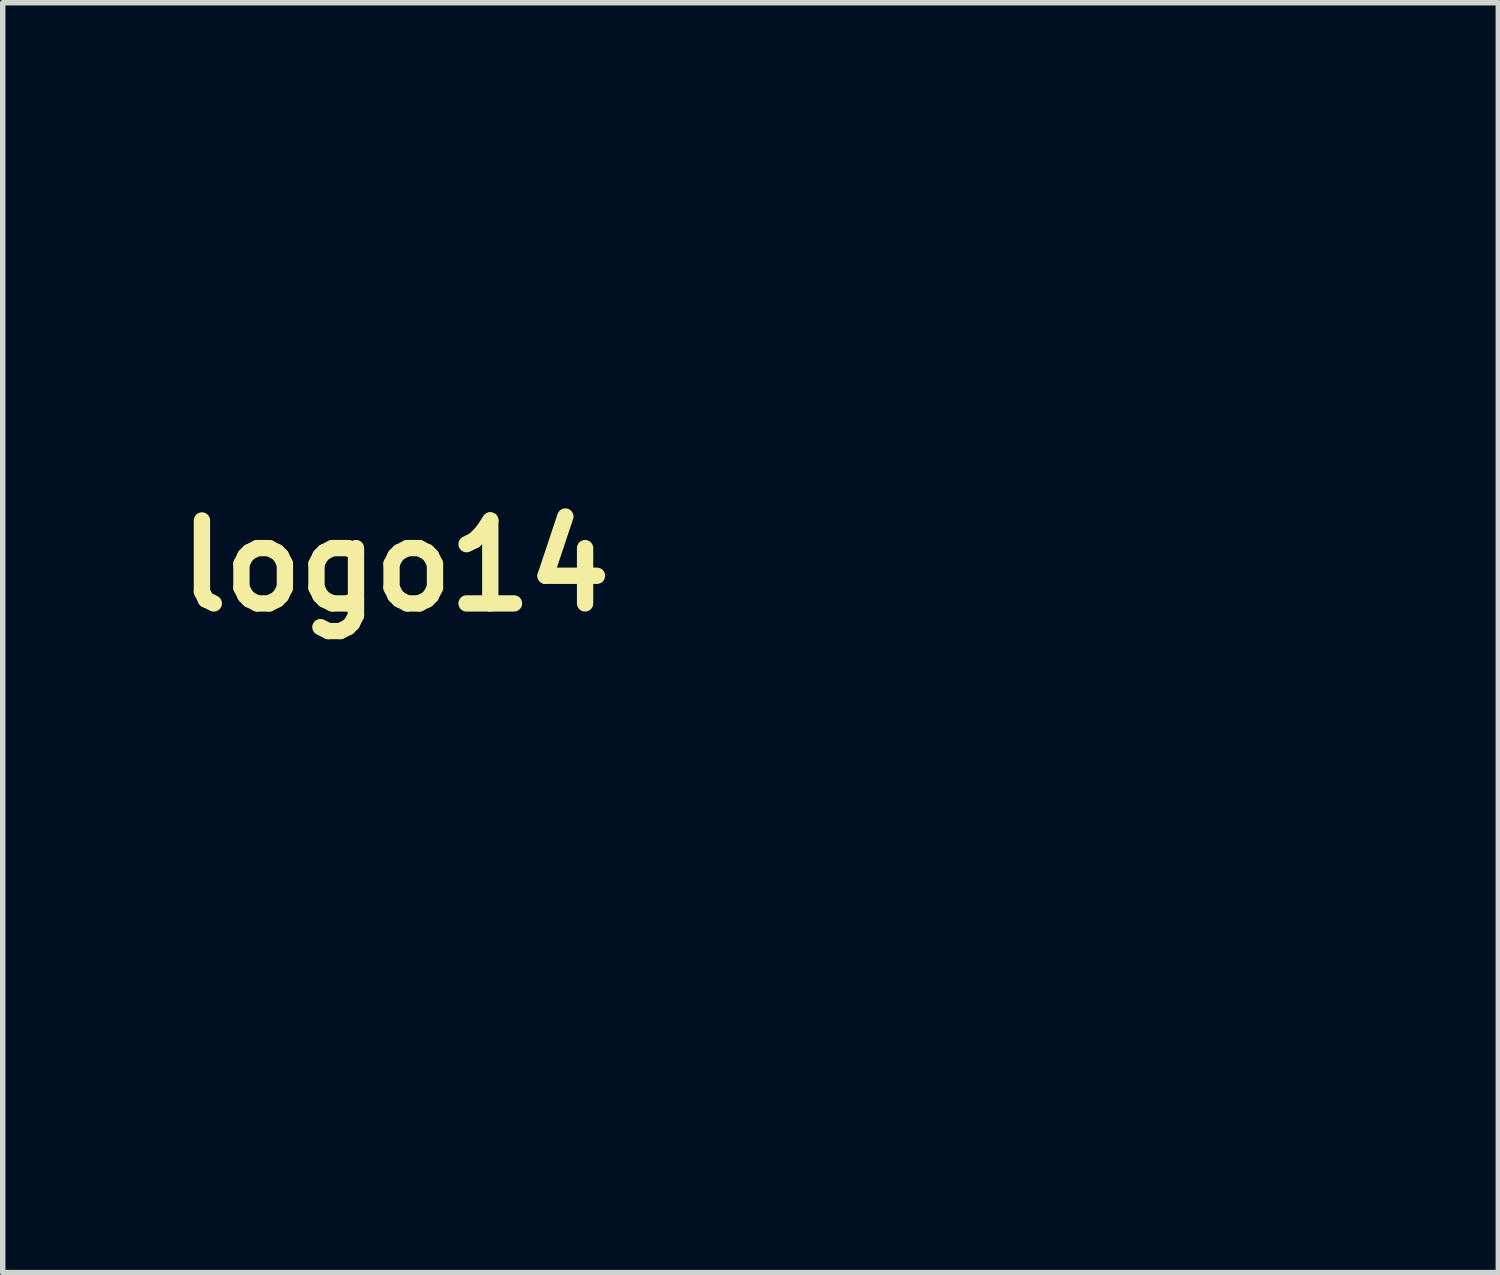
<source format=kicad_pcb>
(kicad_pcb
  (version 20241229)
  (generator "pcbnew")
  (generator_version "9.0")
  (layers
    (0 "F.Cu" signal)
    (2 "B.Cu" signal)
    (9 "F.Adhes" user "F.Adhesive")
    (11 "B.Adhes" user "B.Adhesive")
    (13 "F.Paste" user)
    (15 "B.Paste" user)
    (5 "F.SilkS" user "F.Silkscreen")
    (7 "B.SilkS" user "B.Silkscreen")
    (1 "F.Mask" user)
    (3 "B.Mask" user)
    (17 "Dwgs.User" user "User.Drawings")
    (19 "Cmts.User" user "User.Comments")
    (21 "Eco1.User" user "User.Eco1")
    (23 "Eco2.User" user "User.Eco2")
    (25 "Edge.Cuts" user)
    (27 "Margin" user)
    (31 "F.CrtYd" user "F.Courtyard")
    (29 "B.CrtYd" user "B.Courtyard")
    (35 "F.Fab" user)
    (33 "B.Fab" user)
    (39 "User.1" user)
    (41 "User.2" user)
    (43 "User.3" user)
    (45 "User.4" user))
  (footprint "logo14"
    (layer "F.Cu")
    (at 4.216 7.347)
    (property "Reference" "logo14" (at 0 0 0) (layer "F.SilkS") (effects (font (size 1.524 1.524) (thickness 0.3))))
    (attr board_only exclude_from_pos_files exclude_from_bom)
    (fp_poly (pts (xy 3.604 -5.523) (xy 3.613 -5.511) (xy 3.647 -5.435) (xy 3.625 -5.402) (xy 3.613 -5.401) (xy 3.585 -5.432) (xy 3.577 -5.483) (xy 3.583 -5.537)) (stroke (width 0) (type solid)) (fill yes) (layer "F.Mask"))
    (fp_poly (pts (xy 12.255 -1.615) (xy 12.298 -1.595) (xy 12.445 -1.498) (xy 12.539 -1.372) (xy 12.587 -1.204) (xy 12.597 -1.047) (xy 12.578 -0.827) (xy 12.518 -0.666) (xy 12.417 -0.565) (xy 12.402 -0.557) (xy 12.186 -0.461) (xy 12.012 -0.414) (xy 11.869 -0.414) (xy 11.768 -0.448) (xy 11.708 -0.498) (xy 11.629 -0.588) (xy 11.569 -0.672) (xy 11.495 -0.794) (xy 11.459 -0.897) (xy 11.449 -1.015) (xy 11.45 -1.051) (xy 11.451 -1.063) (xy 11.648 -1.063) (xy 11.652 -0.934) (xy 11.721 -0.819) (xy 11.774 -0.767) (xy 11.876 -0.694) (xy 11.972 -0.671) (xy 12.084 -0.698) (xy 12.207 -0.762) (xy 12.327 -0.861) (xy 12.382 -0.979) (xy 12.37 -1.107) (xy 12.365 -1.119) (xy 12.273 -1.291) (xy 12.172 -1.396) (xy 12.077 -1.437) (xy 11.935 -1.43) (xy 11.809 -1.357) (xy 11.709 -1.224) (xy 11.706 -1.218) (xy 11.648 -1.063) (xy 11.451 -1.063) (xy 11.481 -1.27) (xy 11.567 -1.442) (xy 11.708 -1.568) (xy 11.754 -1.594) (xy 11.926 -1.66) (xy 12.085 -1.668)) (stroke (width 0) (type solid)) (fill yes) (layer "F.Mask"))
    (fp_poly (pts (xy 7.044 7.498) (xy 7.147 7.541) (xy 7.225 7.578) (xy 7.405 7.664) (xy 7.531 7.726) (xy 7.616 7.772) (xy 7.673 7.809) (xy 7.714 7.843) (xy 7.744 7.872) (xy 7.785 7.922) (xy 7.802 7.972) (xy 7.798 8.046) (xy 7.775 8.167) (xy 7.772 8.179) (xy 7.735 8.313) (xy 7.686 8.43) (xy 7.649 8.489) (xy 7.545 8.559) (xy 7.401 8.595) (xy 7.246 8.593) (xy 7.175 8.576) (xy 7.068 8.525) (xy 6.988 8.466) (xy 6.914 8.361) (xy 6.858 8.212) (xy 6.821 8.039) (xy 6.807 7.869) (xy 7.01 7.869) (xy 7.033 8.034) (xy 7.047 8.1) (xy 7.084 8.229) (xy 7.138 8.306) (xy 7.183 8.338) (xy 7.298 8.385) (xy 7.392 8.377) (xy 7.475 8.327) (xy 7.532 8.264) (xy 7.55 8.18) (xy 7.548 8.12) (xy 7.536 8.041) (xy 7.508 7.985) (xy 7.447 7.934) (xy 7.338 7.87) (xy 7.317 7.858) (xy 7.2 7.798) (xy 7.105 7.754) (xy 7.053 7.738) (xy 7.017 7.77) (xy 7.01 7.869) (xy 6.807 7.869) (xy 6.807 7.864) (xy 6.817 7.707) (xy 6.855 7.588) (xy 6.876 7.557) (xy 6.927 7.508) (xy 6.977 7.488)) (stroke (width 0) (type solid)) (fill yes) (layer "F.Mask"))
    (fp_poly (pts (xy 8.757 6.663) (xy 8.906 6.724) (xy 9.044 6.822) (xy 9.056 6.834) (xy 9.125 6.883) (xy 9.169 6.897) (xy 9.231 6.915) (xy 9.331 6.96) (xy 9.448 7.021) (xy 9.558 7.085) (xy 9.639 7.141) (xy 9.647 7.148) (xy 9.696 7.236) (xy 9.705 7.362) (xy 9.678 7.507) (xy 9.622 7.654) (xy 9.541 7.784) (xy 9.441 7.878) (xy 9.435 7.882) (xy 9.298 7.937) (xy 9.136 7.958) (xy 8.977 7.946) (xy 8.848 7.901) (xy 8.823 7.884) (xy 8.717 7.761) (xy 8.626 7.574) (xy 8.554 7.334) (xy 8.506 7.066) (xy 8.503 7.042) (xy 8.772 7.042) (xy 8.775 7.146) (xy 8.801 7.286) (xy 8.847 7.446) (xy 8.859 7.481) (xy 8.929 7.644) (xy 9.006 7.739) (xy 9.097 7.771) (xy 9.212 7.745) (xy 9.269 7.719) (xy 9.387 7.632) (xy 9.462 7.526) (xy 9.488 7.416) (xy 9.461 7.318) (xy 9.406 7.264) (xy 9.289 7.196) (xy 9.155 7.127) (xy 9.021 7.064) (xy 8.903 7.017) (xy 8.821 6.991) (xy 8.792 6.991) (xy 8.772 7.042) (xy 8.503 7.042) (xy 8.486 6.896) (xy 8.478 6.784) (xy 8.483 6.717) (xy 8.499 6.682) (xy 8.509 6.674) (xy 8.618 6.644)) (stroke (width 0) (type solid)) (fill yes) (layer "F.Mask"))
    (fp_poly (pts (xy 12.141 3.226) (xy 12.313 3.271) (xy 12.45 3.355) (xy 12.493 3.403) (xy 12.539 3.507) (xy 12.562 3.651) (xy 12.564 3.817) (xy 12.548 3.986) (xy 12.514 4.141) (xy 12.465 4.264) (xy 12.404 4.337) (xy 12.39 4.344) (xy 12.075 4.443) (xy 11.753 4.504) (xy 11.655 4.515) (xy 11.518 4.524) (xy 11.435 4.521) (xy 11.385 4.503) (xy 11.349 4.465) (xy 11.334 4.443) (xy 11.304 4.39) (xy 11.292 4.336) (xy 11.297 4.26) (xy 11.321 4.142) (xy 11.335 4.082) (xy 11.335 4.078) (xy 11.569 4.078) (xy 11.571 4.179) (xy 11.586 4.24) (xy 11.628 4.265) (xy 11.71 4.26) (xy 11.844 4.232) (xy 11.908 4.217) (xy 12.082 4.167) (xy 12.196 4.11) (xy 12.262 4.031) (xy 12.292 3.916) (xy 12.298 3.78) (xy 12.288 3.616) (xy 12.249 3.511) (xy 12.171 3.453) (xy 12.044 3.432) (xy 11.991 3.43) (xy 11.864 3.438) (xy 11.783 3.467) (xy 11.732 3.513) (xy 11.649 3.652) (xy 11.593 3.84) (xy 11.569 4.056) (xy 11.569 4.078) (xy 11.335 4.078) (xy 11.389 3.85) (xy 11.433 3.677) (xy 11.472 3.553) (xy 11.51 3.466) (xy 11.551 3.404) (xy 11.599 3.356) (xy 11.623 3.337) (xy 11.776 3.257) (xy 11.956 3.221)) (stroke (width 0) (type solid)) (fill yes) (layer "F.Mask"))
    (fp_poly (pts (xy 12.302 0.577) (xy 12.456 0.679) (xy 12.585 0.817) (xy 12.676 0.98) (xy 12.698 1.052) (xy 12.721 1.249) (xy 12.699 1.434) (xy 12.637 1.589) (xy 12.566 1.673) (xy 12.471 1.752) (xy 12.384 1.825) (xy 12.382 1.827) (xy 12.278 1.9) (xy 12.153 1.969) (xy 12.034 2.021) (xy 11.944 2.044) (xy 11.94 2.044) (xy 11.862 2.022) (xy 11.833 1.998) (xy 11.794 1.929) (xy 11.769 1.861) (xy 11.737 1.775) (xy 11.685 1.659) (xy 11.655 1.598) (xy 11.605 1.477) (xy 11.578 1.35) (xy 11.569 1.187) (xy 11.569 1.15) (xy 11.57 1.017) (xy 11.754 1.017) (xy 11.764 1.153) (xy 11.811 1.337) (xy 11.828 1.39) (xy 11.885 1.557) (xy 11.93 1.666) (xy 11.968 1.726) (xy 12.005 1.75) (xy 12.022 1.752) (xy 12.074 1.731) (xy 12.165 1.677) (xy 12.277 1.6) (xy 12.295 1.588) (xy 12.408 1.501) (xy 12.475 1.439) (xy 12.507 1.382) (xy 12.517 1.313) (xy 12.517 1.268) (xy 12.485 1.086) (xy 12.387 0.939) (xy 12.249 0.838) (xy 12.096 0.777) (xy 11.968 0.778) (xy 11.848 0.842) (xy 11.847 0.842) (xy 11.782 0.917) (xy 11.754 1.017) (xy 11.57 1.017) (xy 11.57 1.009) (xy 11.58 0.916) (xy 11.608 0.848) (xy 11.662 0.78) (xy 11.725 0.714) (xy 11.827 0.622) (xy 11.926 0.553) (xy 11.984 0.527) (xy 12.14 0.523)) (stroke (width 0) (type solid)) (fill yes) (layer "F.Mask"))
    (fp_poly (pts (xy 11.91 -4.347) (xy 11.989 -4.255) (xy 12.073 -4.116) (xy 12.131 -3.996) (xy 12.193 -3.863) (xy 12.274 -3.694) (xy 12.362 -3.518) (xy 12.396 -3.452) (xy 12.468 -3.302) (xy 12.524 -3.165) (xy 12.557 -3.061) (xy 12.562 -3.023) (xy 12.53 -2.923) (xy 12.437 -2.815) (xy 12.28 -2.695) (xy 12.158 -2.619) (xy 11.96 -2.539) (xy 11.751 -2.52) (xy 11.553 -2.563) (xy 11.496 -2.589) (xy 11.387 -2.659) (xy 11.293 -2.737) (xy 11.286 -2.745) (xy 11.222 -2.861) (xy 11.2 -2.99) (xy 11.386 -2.99) (xy 11.419 -2.892) (xy 11.505 -2.815) (xy 11.629 -2.765) (xy 11.774 -2.745) (xy 11.924 -2.76) (xy 12.061 -2.812) (xy 12.086 -2.828) (xy 12.191 -2.918) (xy 12.241 -3.02) (xy 12.238 -3.144) (xy 12.185 -3.307) (xy 12.159 -3.363) (xy 12.096 -3.507) (xy 12.04 -3.648) (xy 12.007 -3.741) (xy 11.952 -3.907) (xy 11.908 -4.008) (xy 11.868 -4.047) (xy 11.824 -4.03) (xy 11.77 -3.961) (xy 11.74 -3.914) (xy 11.683 -3.809) (xy 11.617 -3.664) (xy 11.549 -3.498) (xy 11.484 -3.329) (xy 11.431 -3.175) (xy 11.396 -3.054) (xy 11.386 -2.99) (xy 11.2 -2.99) (xy 11.195 -3.019) (xy 11.207 -3.196) (xy 11.256 -3.362) (xy 11.31 -3.492) (xy 11.364 -3.619) (xy 11.377 -3.649) (xy 11.479 -3.877) (xy 11.582 -4.072) (xy 11.679 -4.227) (xy 11.765 -4.331) (xy 11.834 -4.377) (xy 11.845 -4.379)) (stroke (width 0) (type solid)) (fill yes) (layer "F.Mask"))
    (fp_poly (pts (xy 11.123 5.264) (xy 11.19 5.287) (xy 11.246 5.324) (xy 11.339 5.439) (xy 11.408 5.602) (xy 11.448 5.794) (xy 11.457 5.993) (xy 11.429 6.179) (xy 11.404 6.254) (xy 11.357 6.339) (xy 11.309 6.384) (xy 11.299 6.386) (xy 11.244 6.414) (xy 11.189 6.478) (xy 11.101 6.55) (xy 10.974 6.562) (xy 10.809 6.514) (xy 10.729 6.476) (xy 10.625 6.426) (xy 10.543 6.394) (xy 10.517 6.389) (xy 10.431 6.356) (xy 10.327 6.275) (xy 10.221 6.164) (xy 10.127 6.04) (xy 10.06 5.921) (xy 10.049 5.876) (xy 10.304 5.876) (xy 10.322 5.926) (xy 10.326 5.933) (xy 10.381 5.987) (xy 10.48 6.061) (xy 10.604 6.141) (xy 10.734 6.218) (xy 10.851 6.278) (xy 10.936 6.311) (xy 10.955 6.314) (xy 11.017 6.288) (xy 11.098 6.225) (xy 11.129 6.195) (xy 11.218 6.052) (xy 11.239 5.884) (xy 11.193 5.689) (xy 11.168 5.629) (xy 11.079 5.494) (xy 10.969 5.428) (xy 10.842 5.431) (xy 10.704 5.503) (xy 10.622 5.575) (xy 10.524 5.667) (xy 10.414 5.758) (xy 10.402 5.767) (xy 10.327 5.83) (xy 10.304 5.876) (xy 10.049 5.876) (xy 10.036 5.827) (xy 10.062 5.771) (xy 10.129 5.686) (xy 10.222 5.588) (xy 10.324 5.494) (xy 10.418 5.419) (xy 10.489 5.379) (xy 10.49 5.378) (xy 10.561 5.343) (xy 10.589 5.318) (xy 10.634 5.298) (xy 10.733 5.279) (xy 10.864 5.265) (xy 10.881 5.264) (xy 11.027 5.258)) (stroke (width 0) (type solid)) (fill yes) (layer "F.Mask"))
    (fp_poly (pts (xy 4.748 -7.339) (xy 4.95 -7.314) (xy 5.157 -7.265) (xy 5.393 -7.187) (xy 5.492 -7.151) (xy 5.761 -7.026) (xy 6.013 -6.865) (xy 6.234 -6.678) (xy 6.412 -6.476) (xy 6.532 -6.273) (xy 6.538 -6.259) (xy 6.623 -6.045) (xy 6.682 -5.882) (xy 6.717 -5.755) (xy 6.73 -5.646) (xy 6.726 -5.541) (xy 6.705 -5.424) (xy 6.692 -5.364) (xy 6.659 -5.218) (xy 6.628 -5.081) (xy 6.61 -5) (xy 6.577 -4.894) (xy 6.524 -4.761) (xy 6.484 -4.677) (xy 6.422 -4.531) (xy 6.405 -4.424) (xy 6.411 -4.386) (xy 6.462 -4.256) (xy 6.549 -4.106) (xy 6.653 -3.964) (xy 6.754 -3.859) (xy 6.829 -3.784) (xy 6.856 -3.707) (xy 6.854 -3.626) (xy 6.84 -3.532) (xy 6.806 -3.49) (xy 6.751 -3.479) (xy 6.67 -3.488) (xy 6.55 -3.519) (xy 6.432 -3.559) (xy 6.296 -3.615) (xy 6.173 -3.674) (xy 6.103 -3.716) (xy 6.01 -3.772) (xy 5.93 -3.809) (xy 5.854 -3.847) (xy 5.764 -3.913) (xy 5.751 -3.923) (xy 5.668 -3.986) (xy 5.596 -4.01) (xy 5.507 -3.997) (xy 5.411 -3.965) (xy 5.227 -3.901) (xy 5.088 -3.861) (xy 4.972 -3.84) (xy 4.856 -3.832) (xy 4.815 -3.832) (xy 4.654 -3.836) (xy 4.459 -3.849) (xy 4.248 -3.867) (xy 4.041 -3.89) (xy 3.858 -3.914) (xy 3.718 -3.938) (xy 3.668 -3.95) (xy 3.431 -4.051) (xy 3.198 -4.211) (xy 2.984 -4.417) (xy 2.804 -4.655) (xy 2.72 -4.802) (xy 2.669 -4.915) (xy 2.635 -5.019) (xy 2.615 -5.138) (xy 2.602 -5.296) (xy 2.598 -5.395) (xy 2.598 -5.412) (xy 2.74 -5.412) (xy 2.753 -5.202) (xy 2.789 -5.029) (xy 2.855 -4.877) (xy 2.956 -4.728) (xy 3.099 -4.565) (xy 3.175 -4.486) (xy 3.308 -4.352) (xy 3.406 -4.261) (xy 3.486 -4.2) (xy 3.563 -4.161) (xy 3.654 -4.132) (xy 3.75 -4.108) (xy 3.942 -4.075) (xy 4.19 -4.052) (xy 4.501 -4.041) (xy 4.589 -4.039) (xy 4.811 -4.038) (xy 4.974 -4.039) (xy 5.094 -4.046) (xy 5.187 -4.059) (xy 5.266 -4.08) (xy 5.348 -4.11) (xy 5.372 -4.121) (xy 5.58 -4.209) (xy 5.989 -4.002) (xy 6.151 -3.923) (xy 6.295 -3.858) (xy 6.405 -3.813) (xy 6.467 -3.795) (xy 6.469 -3.795) (xy 6.506 -3.801) (xy 6.512 -3.826) (xy 6.485 -3.887) (xy 6.437 -3.969) (xy 6.377 -4.076) (xy 6.311 -4.2) (xy 6.248 -4.322) (xy 6.198 -4.425) (xy 6.17 -4.49) (xy 6.168 -4.501) (xy 6.19 -4.533) (xy 6.247 -4.597) (xy 6.272 -4.624) (xy 6.347 -4.732) (xy 6.422 -4.892) (xy 6.488 -5.081) (xy 6.537 -5.278) (xy 6.558 -5.401) (xy 6.555 -5.654) (xy 6.495 -5.918) (xy 6.386 -6.174) (xy 6.236 -6.398) (xy 6.14 -6.501) (xy 5.959 -6.663) (xy 5.804 -6.792) (xy 5.681 -6.883) (xy 5.598 -6.929) (xy 5.577 -6.934) (xy 5.512 -6.949) (xy 5.498 -6.959) (xy 5.424 -7.003) (xy 5.295 -7.05) (xy 5.129 -7.096) (xy 4.943 -7.137) (xy 4.757 -7.168) (xy 4.586 -7.187) (xy 4.507 -7.189) (xy 4.274 -7.172) (xy 4.027 -7.123) (xy 3.784 -7.05) (xy 3.563 -6.958) (xy 3.383 -6.854) (xy 3.285 -6.771) (xy 3.188 -6.682) (xy 3.079 -6.602) (xy 3.077 -6.601) (xy 2.976 -6.507) (xy 2.879 -6.36) (xy 2.859 -6.321) (xy 2.814 -6.221) (xy 2.784 -6.126) (xy 2.764 -6.018) (xy 2.752 -5.876) (xy 2.744 -5.681) (xy 2.744 -5.677) (xy 2.74 -5.412) (xy 2.598 -5.412) (xy 2.602 -5.715) (xy 2.64 -6.014) (xy 2.709 -6.273) (xy 2.765 -6.405) (xy 2.923 -6.64) (xy 3.147 -6.854) (xy 3.431 -7.043) (xy 3.769 -7.202) (xy 3.887 -7.246) (xy 4.055 -7.299) (xy 4.203 -7.331) (xy 4.363 -7.345) (xy 4.525 -7.347)) (stroke (width 0) (type solid)) (fill yes) (layer "F.Mask"))
    (fp_poly (pts (xy 5.281 -6.281) (xy 5.427 -6.184) (xy 5.536 -6.034) (xy 5.601 -5.848) (xy 5.617 -5.64) (xy 5.604 -5.529) (xy 5.562 -5.431) (xy 5.474 -5.306) (xy 5.354 -5.168) (xy 5.216 -5.031) (xy 5.075 -4.91) (xy 4.944 -4.819) (xy 4.889 -4.79) (xy 4.717 -4.72) (xy 4.601 -4.689) (xy 4.539 -4.697) (xy 4.525 -4.729) (xy 4.505 -4.771) (xy 4.465 -4.765) (xy 4.389 -4.764) (xy 4.283 -4.793) (xy 4.176 -4.841) (xy 4.174 -4.843) (xy 4.349 -4.843) (xy 4.358 -4.823) (xy 4.394 -4.784) (xy 4.415 -4.792) (xy 4.416 -4.797) (xy 4.39 -4.828) (xy 4.374 -4.839) (xy 4.349 -4.843) (xy 4.174 -4.843) (xy 4.095 -4.897) (xy 4.067 -4.934) (xy 4.045 -4.963) (xy 4.087 -4.963) (xy 4.101 -4.933) (xy 4.112 -4.939) (xy 4.116 -4.982) (xy 4.112 -4.988) (xy 4.09 -4.983) (xy 4.087 -4.963) (xy 4.045 -4.963) (xy 4.018 -5) (xy 3.985 -5.019) (xy 3.902 -5.076) (xy 3.888 -5.091) (xy 4.635 -5.091) (xy 4.653 -5.073) (xy 4.661 -5.08) (xy 4.715 -5.08) (xy 4.726 -5.074) (xy 4.786 -5.092) (xy 4.817 -5.109) (xy 4.846 -5.138) (xy 4.835 -5.145) (xy 4.776 -5.126) (xy 4.744 -5.109) (xy 4.715 -5.08) (xy 4.661 -5.08) (xy 4.671 -5.091) (xy 4.653 -5.109) (xy 4.635 -5.091) (xy 3.888 -5.091) (xy 3.849 -5.134) (xy 4.501 -5.134) (xy 4.506 -5.112) (xy 4.525 -5.109) (xy 4.555 -5.123) (xy 4.55 -5.134) (xy 4.506 -5.138) (xy 4.501 -5.134) (xy 3.849 -5.134) (xy 3.81 -5.175) (xy 3.792 -5.2) (xy 4.635 -5.2) (xy 4.653 -5.182) (xy 4.671 -5.2) (xy 4.963 -5.2) (xy 4.981 -5.182) (xy 5 -5.2) (xy 4.981 -5.219) (xy 4.963 -5.2) (xy 4.671 -5.2) (xy 4.653 -5.219) (xy 4.635 -5.2) (xy 3.792 -5.2) (xy 3.767 -5.237) (xy 4.343 -5.237) (xy 4.361 -5.219) (xy 4.379 -5.237) (xy 4.373 -5.243) (xy 4.501 -5.243) (xy 4.506 -5.221) (xy 4.525 -5.219) (xy 4.555 -5.232) (xy 4.553 -5.237) (xy 4.854 -5.237) (xy 4.872 -5.219) (xy 4.89 -5.237) (xy 4.872 -5.255) (xy 4.854 -5.237) (xy 4.553 -5.237) (xy 4.55 -5.243) (xy 4.506 -5.247) (xy 4.501 -5.243) (xy 4.373 -5.243) (xy 4.361 -5.255) (xy 4.343 -5.237) (xy 3.767 -5.237) (xy 3.729 -5.292) (xy 3.72 -5.309) (xy 3.768 -5.309) (xy 3.776 -5.294) (xy 3.81 -5.256) (xy 3.815 -5.273) (xy 4.963 -5.273) (xy 4.981 -5.255) (xy 5 -5.273) (xy 4.981 -5.292) (xy 4.963 -5.273) (xy 3.815 -5.273) (xy 3.817 -5.283) (xy 3.808 -5.311) (xy 3.781 -5.351) (xy 3.769 -5.35) (xy 3.768 -5.309) (xy 3.72 -5.309) (xy 3.685 -5.383) (xy 4.16 -5.383) (xy 4.179 -5.365) (xy 4.197 -5.383) (xy 4.179 -5.401) (xy 4.16 -5.383) (xy 3.685 -5.383) (xy 3.676 -5.401) (xy 3.667 -5.44) (xy 3.646 -5.534) (xy 3.618 -5.597) (xy 3.603 -5.657) (xy 3.605 -5.761) (xy 3.612 -5.817) (xy 3.618 -5.841) (xy 3.915 -5.841) (xy 3.919 -5.769) (xy 3.942 -5.683) (xy 3.975 -5.583) (xy 4 -5.513) (xy 4.005 -5.501) (xy 4.036 -5.483) (xy 4.068 -5.518) (xy 4.071 -5.529) (xy 4.27 -5.529) (xy 4.288 -5.511) (xy 4.306 -5.529) (xy 5.036 -5.529) (xy 5.054 -5.511) (xy 5.073 -5.529) (xy 5.292 -5.529) (xy 5.31 -5.511) (xy 5.328 -5.529) (xy 5.31 -5.547) (xy 5.292 -5.529) (xy 5.073 -5.529) (xy 5.054 -5.547) (xy 5.036 -5.529) (xy 4.306 -5.529) (xy 4.288 -5.547) (xy 4.27 -5.529) (xy 4.071 -5.529) (xy 4.079 -5.56) (xy 4.502 -5.56) (xy 4.54 -5.547) (xy 4.557 -5.547) (xy 4.619 -5.561) (xy 4.623 -5.565) (xy 4.781 -5.565) (xy 4.799 -5.547) (xy 4.817 -5.565) (xy 4.799 -5.584) (xy 4.781 -5.565) (xy 4.623 -5.565) (xy 4.635 -5.581) (xy 4.611 -5.631) (xy 4.559 -5.629) (xy 4.525 -5.601) (xy 4.502 -5.56) (xy 4.079 -5.56) (xy 4.087 -5.587) (xy 4.087 -5.605) (xy 4.093 -5.634) (xy 5.195 -5.634) (xy 5.2 -5.62) (xy 5.233 -5.585) (xy 5.239 -5.584) (xy 5.255 -5.612) (xy 5.255 -5.62) (xy 5.227 -5.655) (xy 5.217 -5.657) (xy 5.195 -5.634) (xy 4.093 -5.634) (xy 4.108 -5.704) (xy 4.12 -5.73) (xy 5.3 -5.73) (xy 5.304 -5.663) (xy 5.313 -5.655) (xy 5.317 -5.666) (xy 5.322 -5.758) (xy 5.317 -5.793) (xy 5.306 -5.805) (xy 5.3 -5.754) (xy 5.3 -5.73) (xy 4.12 -5.73) (xy 4.146 -5.786) (xy 4.184 -5.849) (xy 4.179 -5.872) (xy 4.146 -5.876) (xy 4.095 -5.894) (xy 4.092 -5.902) (xy 4.385 -5.902) (xy 4.394 -5.881) (xy 4.431 -5.842) (xy 4.452 -5.85) (xy 4.452 -5.855) (xy 4.426 -5.886) (xy 4.41 -5.897) (xy 4.385 -5.902) (xy 4.092 -5.902) (xy 4.088 -5.911) (xy 4.927 -5.911) (xy 4.954 -5.893) (xy 4.981 -5.899) (xy 4.982 -5.9) (xy 5.158 -5.9) (xy 5.163 -5.878) (xy 5.182 -5.876) (xy 5.212 -5.889) (xy 5.207 -5.9) (xy 5.163 -5.904) (xy 5.158 -5.9) (xy 4.982 -5.9) (xy 5.015 -5.93) (xy 5.255 -5.93) (xy 5.273 -5.912) (xy 5.292 -5.93) (xy 5.273 -5.949) (xy 5.255 -5.93) (xy 5.015 -5.93) (xy 5.018 -5.933) (xy 5.015 -5.953) (xy 4.975 -5.969) (xy 4.935 -5.941) (xy 4.927 -5.911) (xy 4.088 -5.911) (xy 4.087 -5.912) (xy 4.074 -5.93) (xy 4.197 -5.93) (xy 4.215 -5.912) (xy 4.233 -5.93) (xy 4.215 -5.949) (xy 4.197 -5.93) (xy 4.074 -5.93) (xy 4.062 -5.945) (xy 4.006 -5.94) (xy 3.946 -5.899) (xy 3.94 -5.893) (xy 3.915 -5.841) (xy 3.618 -5.841) (xy 3.645 -5.95) (xy 3.683 -6.009) (xy 5.121 -6.009) (xy 5.126 -5.988) (xy 5.146 -5.985) (xy 5.176 -5.998) (xy 5.17 -6.009) (xy 5.127 -6.014) (xy 5.121 -6.009) (xy 3.683 -6.009) (xy 3.708 -6.049) (xy 3.776 -6.114) (xy 3.931 -6.211) (xy 4.103 -6.259) (xy 4.272 -6.256) (xy 4.421 -6.203) (xy 4.493 -6.145) (xy 4.59 -6.072) (xy 4.684 -6.07) (xy 4.786 -6.14) (xy 4.793 -6.146) (xy 4.919 -6.237) (xy 5.068 -6.29) (xy 5.213 -6.298)) (stroke (width 0) (type solid)) (fill yes) (layer "F.Mask"))
    (fp_poly (pts (xy 11.805 -5.858) (xy 11.884 -5.79) (xy 11.975 -5.656) (xy 12.069 -5.477) (xy 12.145 -5.325) (xy 12.224 -5.179) (xy 12.291 -5.067) (xy 12.299 -5.054) (xy 12.373 -4.942) (xy 12.441 -4.836) (xy 12.458 -4.808) (xy 12.516 -4.738) (xy 12.57 -4.708) (xy 12.572 -4.708) (xy 12.628 -4.699) (xy 12.73 -4.673) (xy 12.884 -4.626) (xy 13.097 -4.557) (xy 13.156 -4.537) (xy 13.396 -4.439) (xy 13.623 -4.314) (xy 13.78 -4.201) (xy 13.913 -4.09) (xy 14.008 -4.014) (xy 14.082 -3.961) (xy 14.152 -3.915) (xy 14.184 -3.897) (xy 14.262 -3.844) (xy 14.304 -3.803) (xy 14.306 -3.797) (xy 14.328 -3.756) (xy 14.385 -3.68) (xy 14.444 -3.609) (xy 14.588 -3.419) (xy 14.731 -3.19) (xy 14.857 -2.951) (xy 14.949 -2.732) (xy 14.953 -2.719) (xy 15.02 -2.497) (xy 15.075 -2.275) (xy 15.114 -2.068) (xy 15.135 -1.894) (xy 15.134 -1.77) (xy 15.133 -1.765) (xy 15.127 -1.678) (xy 15.144 -1.599) (xy 15.194 -1.503) (xy 15.244 -1.424) (xy 15.362 -1.246) (xy 15.446 -1.114) (xy 15.505 -1.015) (xy 15.547 -0.936) (xy 15.579 -0.862) (xy 15.602 -0.803) (xy 15.673 -0.55) (xy 15.711 -0.278) (xy 15.716 -0.01) (xy 15.688 0.235) (xy 15.628 0.431) (xy 15.579 0.508) (xy 15.488 0.621) (xy 15.37 0.756) (xy 15.236 0.898) (xy 15.101 1.036) (xy 14.976 1.154) (xy 14.875 1.24) (xy 14.826 1.273) (xy 14.758 1.327) (xy 14.756 1.388) (xy 14.821 1.46) (xy 14.893 1.512) (xy 14.997 1.587) (xy 15.126 1.69) (xy 15.254 1.798) (xy 15.255 1.8) (xy 15.385 1.912) (xy 15.518 2.024) (xy 15.624 2.11) (xy 15.708 2.18) (xy 15.83 2.287) (xy 15.976 2.418) (xy 16.131 2.56) (xy 16.178 2.603) (xy 16.321 2.736) (xy 16.447 2.851) (xy 16.547 2.939) (xy 16.608 2.991) (xy 16.621 3) (xy 16.663 3.035) (xy 16.745 3.111) (xy 16.854 3.215) (xy 16.966 3.326) (xy 17.094 3.456) (xy 17.179 3.548) (xy 17.229 3.616) (xy 17.252 3.672) (xy 17.257 3.731) (xy 17.254 3.774) (xy 17.244 3.923) (xy 17.006 3.673) (xy 16.881 3.547) (xy 16.754 3.429) (xy 16.645 3.338) (xy 16.616 3.316) (xy 16.512 3.233) (xy 16.428 3.145) (xy 16.403 3.111) (xy 16.345 3.039) (xy 16.247 2.946) (xy 16.13 2.85) (xy 16.125 2.847) (xy 15.992 2.74) (xy 15.863 2.623) (xy 15.772 2.531) (xy 15.687 2.445) (xy 15.561 2.333) (xy 15.415 2.209) (xy 15.301 2.12) (xy 15.164 2.01) (xy 15.046 1.91) (xy 14.962 1.831) (xy 14.926 1.788) (xy 14.879 1.73) (xy 14.847 1.715) (xy 14.8 1.692) (xy 14.72 1.634) (xy 14.662 1.584) (xy 14.567 1.506) (xy 14.494 1.471) (xy 14.415 1.468) (xy 14.383 1.472) (xy 14.259 1.479) (xy 14.136 1.467) (xy 14.038 1.439) (xy 13.988 1.401) (xy 13.987 1.399) (xy 14.011 1.366) (xy 14.087 1.324) (xy 14.166 1.294) (xy 14.285 1.248) (xy 14.442 1.179) (xy 14.611 1.098) (xy 14.688 1.059) (xy 14.87 0.958) (xy 15.001 0.868) (xy 15.097 0.777) (xy 15.136 0.727) (xy 15.208 0.63) (xy 15.263 0.556) (xy 15.282 0.529) (xy 15.407 0.32) (xy 15.486 0.099) (xy 15.51 -0.089) (xy 15.502 -0.245) (xy 15.476 -0.401) (xy 15.427 -0.57) (xy 15.351 -0.765) (xy 15.244 -1.001) (xy 15.163 -1.167) (xy 15.058 -1.397) (xy 14.985 -1.61) (xy 14.931 -1.846) (xy 14.923 -1.886) (xy 14.892 -2.049) (xy 14.861 -2.19) (xy 14.835 -2.29) (xy 14.823 -2.325) (xy 14.793 -2.395) (xy 14.753 -2.506) (xy 14.725 -2.591) (xy 14.684 -2.707) (xy 14.648 -2.794) (xy 14.629 -2.826) (xy 14.6 -2.892) (xy 14.598 -2.915) (xy 14.582 -2.973) (xy 14.543 -3.075) (xy 14.489 -3.19) (xy 14.397 -3.347) (xy 14.271 -3.501) (xy 14.107 -3.66) (xy 13.981 -3.771) (xy 13.867 -3.866) (xy 13.781 -3.932) (xy 13.749 -3.952) (xy 13.681 -3.992) (xy 13.573 -4.061) (xy 13.443 -4.145) (xy 13.397 -4.176) (xy 13.189 -4.298) (xy 12.967 -4.395) (xy 12.719 -4.47) (xy 12.434 -4.524) (xy 12.1 -4.562) (xy 11.706 -4.584) (xy 11.678 -4.585) (xy 11.401 -4.589) (xy 11.171 -4.575) (xy 10.961 -4.54) (xy 10.746 -4.48) (xy 10.656 -4.45) (xy 10.457 -4.367) (xy 10.237 -4.255) (xy 10.014 -4.124) (xy 9.804 -3.985) (xy 9.626 -3.849) (xy 9.496 -3.726) (xy 9.477 -3.705) (xy 9.37 -3.578) (xy 9.256 -3.448) (xy 9.191 -3.376) (xy 9.112 -3.275) (xy 9.018 -3.134) (xy 8.925 -2.976) (xy 8.895 -2.92) (xy 8.821 -2.776) (xy 8.755 -2.65) (xy 8.708 -2.561) (xy 8.695 -2.536) (xy 8.643 -2.403) (xy 8.604 -2.222) (xy 8.581 -2.015) (xy 8.576 -1.884) (xy 8.567 -1.719) (xy 8.539 -1.618) (xy 8.521 -1.593) (xy 8.477 -1.533) (xy 8.467 -1.504) (xy 8.453 -1.453) (xy 8.418 -1.36) (xy 8.39 -1.296) (xy 8.274 -0.99) (xy 8.203 -0.687) (xy 8.171 -0.36) (xy 8.167 -0.182) (xy 8.169 0.002) (xy 8.175 0.133) (xy 8.189 0.23) (xy 8.215 0.312) (xy 8.256 0.401) (xy 8.285 0.456) (xy 8.372 0.61) (xy 8.455 0.725) (xy 8.552 0.821) (xy 8.68 0.916) (xy 8.831 1.011) (xy 8.956 1.088) (xy 9.056 1.152) (xy 9.115 1.194) (xy 9.124 1.202) (xy 9.165 1.227) (xy 9.254 1.269) (xy 9.373 1.32) (xy 9.501 1.372) (xy 9.618 1.416) (xy 9.7 1.443) (xy 9.765 1.484) (xy 9.773 1.527) (xy 9.73 1.574) (xy 9.633 1.597) (xy 9.499 1.598) (xy 9.343 1.574) (xy 9.194 1.532) (xy 9.081 1.492) (xy 9.006 1.476) (xy 8.946 1.488) (xy 8.876 1.533) (xy 8.773 1.616) (xy 8.763 1.624) (xy 8.705 1.673) (xy 8.653 1.722) (xy 8.596 1.785) (xy 8.523 1.873) (xy 8.423 1.999) (xy 8.344 2.099) (xy 8.112 2.399) (xy 7.924 2.645) (xy 7.778 2.842) (xy 7.67 2.994) (xy 7.599 3.103) (xy 7.561 3.174) (xy 7.554 3.202) (xy 7.531 3.241) (xy 7.471 3.317) (xy 7.403 3.394) (xy 7.313 3.503) (xy 7.238 3.61) (xy 7.206 3.668) (xy 7.144 3.777) (xy 7.078 3.862) (xy 6.992 3.931) (xy 6.87 4) (xy 6.741 4.056) (xy 6.634 4.085) (xy 6.612 4.087) (xy 6.523 4.097) (xy 6.407 4.122) (xy 6.282 4.157) (xy 6.168 4.196) (xy 6.087 4.232) (xy 6.058 4.257) (xy 6.087 4.308) (xy 6.156 4.37) (xy 6.24 4.424) (xy 6.312 4.452) (xy 6.321 4.452) (xy 6.392 4.473) (xy 6.407 4.483) (xy 6.459 4.512) (xy 6.554 4.554) (xy 6.614 4.577) (xy 6.78 4.618) (xy 6.903 4.605) (xy 6.979 4.54) (xy 7.006 4.424) (xy 7.03 4.328) (xy 7.085 4.217) (xy 7.153 4.13) (xy 7.17 4.115) (xy 7.249 4.092) (xy 7.368 4.091) (xy 7.499 4.109) (xy 7.612 4.145) (xy 7.646 4.163) (xy 7.757 4.23) (xy 7.835 4.26) (xy 7.909 4.257) (xy 8.004 4.227) (xy 8.006 4.227) (xy 8.102 4.185) (xy 8.151 4.133) (xy 8.177 4.043) (xy 8.183 4.011) (xy 8.227 3.742) (xy 8.262 3.538) (xy 8.289 3.389) (xy 8.309 3.289) (xy 8.324 3.229) (xy 8.33 3.211) (xy 8.348 3.141) (xy 8.365 3.036) (xy 8.368 3.011) (xy 8.39 2.897) (xy 8.43 2.758) (xy 8.48 2.619) (xy 8.531 2.502) (xy 8.575 2.432) (xy 8.576 2.431) (xy 8.627 2.42) (xy 8.674 2.455) (xy 8.715 2.519) (xy 8.698 2.595) (xy 8.696 2.599) (xy 8.651 2.727) (xy 8.605 2.916) (xy 8.561 3.151) (xy 8.521 3.421) (xy 8.486 3.712) (xy 8.459 4.013) (xy 8.452 4.116) (xy 8.443 4.264) (xy 8.443 4.356) (xy 8.456 4.408) (xy 8.483 4.435) (xy 8.519 4.451) (xy 8.594 4.49) (xy 8.628 4.521) (xy 8.628 4.568) (xy 8.597 4.665) (xy 8.535 4.815) (xy 8.44 5.023) (xy 8.318 5.274) (xy 8.254 5.407) (xy 8.205 5.516) (xy 8.178 5.584) (xy 8.175 5.597) (xy 8.155 5.642) (xy 8.103 5.724) (xy 8.051 5.798) (xy 7.988 5.895) (xy 7.903 6.039) (xy 7.806 6.211) (xy 7.708 6.394) (xy 7.696 6.419) (xy 7.595 6.611) (xy 7.511 6.756) (xy 7.431 6.872) (xy 7.34 6.978) (xy 7.226 7.093) (xy 7.153 7.162) (xy 6.888 7.393) (xy 6.619 7.596) (xy 6.363 7.759) (xy 6.195 7.846) (xy 6.077 7.912) (xy 5.947 8.004) (xy 5.878 8.062) (xy 5.749 8.165) (xy 5.603 8.263) (xy 5.531 8.303) (xy 5.411 8.368) (xy 5.304 8.432) (xy 5.26 8.462) (xy 5.203 8.516) (xy 5.201 8.565) (xy 5.222 8.604) (xy 5.321 8.699) (xy 5.462 8.752) (xy 5.54 8.759) (xy 5.645 8.769) (xy 5.763 8.795) (xy 5.766 8.796) (xy 5.867 8.816) (xy 6.028 8.836) (xy 6.234 8.855) (xy 6.474 8.874) (xy 6.732 8.89) (xy 6.995 8.903) (xy 7.251 8.913) (xy 7.485 8.919) (xy 7.685 8.92) (xy 7.836 8.916) (xy 7.901 8.909) (xy 8.036 8.893) (xy 8.221 8.877) (xy 8.433 8.862) (xy 8.647 8.85) (xy 8.667 8.849) (xy 8.9 8.838) (xy 9.152 8.823) (xy 9.392 8.808) (xy 9.58 8.793) (xy 9.791 8.778) (xy 10.02 8.767) (xy 10.23 8.76) (xy 10.315 8.759) (xy 10.538 8.752) (xy 10.806 8.733) (xy 11.093 8.706) (xy 11.377 8.671) (xy 11.634 8.633) (xy 11.824 8.596) (xy 12.035 8.549) (xy 12.191 8.513) (xy 12.31 8.482) (xy 12.408 8.452) (xy 12.418 8.448) (xy 13.101 8.448) (xy 13.12 8.467) (xy 13.138 8.448) (xy 13.12 8.43) (xy 13.101 8.448) (xy 12.418 8.448) (xy 12.502 8.416) (xy 12.609 8.37) (xy 12.745 8.307) (xy 12.813 8.275) (xy 13.446 8.275) (xy 13.482 8.281) (xy 13.529 8.275) (xy 13.529 8.262) (xy 13.481 8.253) (xy 13.46 8.259) (xy 13.446 8.275) (xy 12.813 8.275) (xy 12.841 8.262) (xy 12.987 8.191) (xy 13.114 8.123) (xy 13.203 8.069) (xy 13.224 8.054) (xy 13.294 8.001) (xy 13.404 7.927) (xy 13.52 7.854) (xy 13.736 7.712) (xy 13.889 7.584) (xy 13.984 7.465) (xy 13.996 7.445) (xy 14.05 7.362) (xy 14.129 7.26) (xy 14.166 7.217) (xy 14.25 7.115) (xy 14.322 7.005) (xy 14.396 6.864) (xy 14.465 6.711) (xy 14.543 6.575) (xy 14.623 6.51) (xy 14.692 6.511) (xy 14.732 6.561) (xy 14.732 6.658) (xy 14.697 6.792) (xy 14.632 6.951) (xy 14.542 7.126) (xy 14.433 7.306) (xy 14.31 7.481) (xy 14.179 7.641) (xy 14.052 7.768) (xy 13.949 7.863) (xy 13.872 7.941) (xy 13.833 7.99) (xy 13.831 7.996) (xy 13.864 8.015) (xy 13.948 8.026) (xy 14.015 8.029) (xy 14.214 8.06) (xy 14.428 8.146) (xy 14.639 8.277) (xy 14.829 8.442) (xy 14.97 8.613) (xy 15.032 8.704) (xy 15.034 8.606) (xy 15.05 8.497) (xy 15.078 8.405) (xy 15.095 8.357) (xy 15.112 8.299) (xy 15.128 8.221) (xy 15.147 8.113) (xy 15.169 7.965) (xy 15.196 7.768) (xy 15.23 7.511) (xy 15.241 7.427) (xy 15.285 6.968) (xy 15.309 6.447) (xy 15.311 5.873) (xy 15.293 5.253) (xy 15.255 4.595) (xy 15.197 3.908) (xy 15.118 3.198) (xy 15.079 2.893) (xy 15.065 2.731) (xy 15.076 2.633) (xy 15.112 2.595) (xy 15.154 2.601) (xy 15.189 2.643) (xy 15.229 2.748) (xy 15.273 2.916) (xy 15.323 3.151) (xy 15.38 3.456) (xy 15.385 3.485) (xy 15.424 3.684) (xy 15.463 3.822) (xy 15.51 3.912) (xy 15.571 3.965) (xy 15.652 3.995) (xy 15.66 3.997) (xy 15.735 4.023) (xy 15.766 4.054) (xy 15.794 4.085) (xy 15.809 4.087) (xy 15.865 4.102) (xy 15.959 4.14) (xy 16.008 4.163) (xy 16.164 4.238) (xy 16.412 4.16) (xy 16.66 4.081) (xy 16.829 4.157) (xy 16.949 4.225) (xy 17.029 4.312) (xy 17.078 4.403) (xy 17.133 4.558) (xy 17.137 4.686) (xy 17.136 4.693) (xy 17.129 4.784) (xy 17.16 4.836) (xy 17.188 4.853) (xy 17.25 4.926) (xy 17.262 5.001) (xy 17.244 5.084) (xy 17.19 5.108) (xy 17.093 5.076) (xy 17.046 5.051) (xy 16.992 5.022) (xy 16.945 5.017) (xy 16.886 5.041) (xy 16.796 5.099) (xy 16.734 5.142) (xy 16.618 5.217) (xy 16.519 5.27) (xy 16.457 5.292) (xy 16.456 5.292) (xy 16.367 5.257) (xy 16.297 5.156) (xy 16.247 4.994) (xy 16.226 4.848) (xy 16.195 4.653) (xy 16.18 4.615) (xy 16.33 4.615) (xy 16.35 4.695) (xy 16.375 4.811) (xy 16.386 4.866) (xy 16.414 4.993) (xy 16.443 5.067) (xy 16.484 5.089) (xy 16.547 5.059) (xy 16.644 4.977) (xy 16.749 4.877) (xy 16.842 4.778) (xy 16.908 4.689) (xy 16.933 4.629) (xy 16.933 4.628) (xy 16.901 4.533) (xy 16.82 4.442) (xy 16.711 4.372) (xy 16.597 4.343) (xy 16.592 4.343) (xy 16.478 4.37) (xy 16.385 4.439) (xy 16.331 4.531) (xy 16.33 4.615) (xy 16.18 4.615) (xy 16.144 4.522) (xy 16.074 4.458) (xy 16.04 4.452) (xy 15.991 4.432) (xy 15.904 4.378) (xy 15.802 4.306) (xy 15.7 4.232) (xy 15.622 4.18) (xy 15.586 4.161) (xy 15.55 4.167) (xy 15.524 4.189) (xy 15.507 4.235) (xy 15.499 4.314) (xy 15.5 4.435) (xy 15.508 4.607) (xy 15.523 4.839) (xy 15.534 4.982) (xy 15.571 5.762) (xy 15.567 6.485) (xy 15.52 7.155) (xy 15.43 7.775) (xy 15.385 7.992) (xy 15.3 8.37) (xy 15.222 8.683) (xy 15.148 8.942) (xy 15.074 9.153) (xy 14.995 9.325) (xy 14.907 9.467) (xy 14.807 9.587) (xy 14.689 9.693) (xy 14.551 9.793) (xy 14.461 9.851) (xy 14.348 9.915) (xy 14.246 9.953) (xy 14.126 9.973) (xy 13.987 9.982) (xy 13.813 9.984) (xy 13.635 9.978) (xy 13.494 9.965) (xy 13.372 9.943) (xy 13.276 9.916) (xy 13.238 9.898) (xy 13.18 9.864) (xy 13.078 9.819) (xy 12.983 9.781) (xy 12.774 9.666) (xy 12.613 9.501) (xy 12.505 9.292) (xy 12.454 9.047) (xy 12.454 8.939) (xy 12.7 8.939) (xy 12.71 9.075) (xy 12.736 9.203) (xy 12.75 9.245) (xy 12.809 9.343) (xy 12.896 9.441) (xy 12.991 9.52) (xy 13.072 9.56) (xy 13.087 9.561) (xy 13.156 9.58) (xy 13.228 9.619) (xy 13.308 9.658) (xy 13.363 9.669) (xy 13.421 9.666) (xy 13.53 9.666) (xy 13.67 9.667) (xy 13.704 9.667) (xy 13.853 9.673) (xy 13.934 9.684) (xy 13.948 9.701) (xy 13.941 9.707) (xy 13.913 9.734) (xy 13.949 9.743) (xy 13.97 9.743) (xy 14.027 9.731) (xy 14.032 9.707) (xy 14.046 9.681) (xy 14.112 9.671) (xy 14.2 9.657) (xy 14.31 9.621) (xy 14.421 9.573) (xy 14.511 9.522) (xy 14.559 9.478) (xy 14.561 9.468) (xy 14.576 9.416) (xy 14.615 9.322) (xy 14.652 9.24) (xy 14.702 9.132) (xy 14.735 9.051) (xy 14.744 9.021) (xy 14.729 8.975) (xy 14.689 8.884) (xy 14.637 8.774) (xy 14.534 8.606) (xy 14.408 8.482) (xy 14.247 8.396) (xy 14.041 8.345) (xy 13.779 8.323) (xy 13.675 8.322) (xy 13.516 8.325) (xy 13.404 8.341) (xy 13.315 8.373) (xy 13.256 8.406) (xy 13.147 8.466) (xy 13.045 8.509) (xy 13.024 8.515) (xy 12.935 8.556) (xy 12.836 8.626) (xy 12.814 8.645) (xy 12.744 8.721) (xy 12.71 8.799) (xy 12.7 8.909) (xy 12.7 8.939) (xy 12.454 8.939) (xy 12.454 8.868) (xy 12.463 8.74) (xy 12.262 8.753) (xy 12.112 8.776) (xy 11.999 8.822) (xy 11.94 8.884) (xy 11.934 8.912) (xy 11.915 8.957) (xy 11.865 9.043) (xy 11.797 9.149) (xy 11.715 9.271) (xy 11.641 9.382) (xy 11.597 9.448) (xy 11.523 9.527) (xy 11.416 9.585) (xy 11.266 9.627) (xy 11.066 9.653) (xy 10.806 9.665) (xy 10.656 9.667) (xy 10.424 9.664) (xy 10.207 9.654) (xy 10.025 9.639) (xy 9.903 9.62) (xy 9.656 9.536) (xy 9.427 9.4) (xy 9.24 9.227) (xy 9.215 9.196) (xy 9.144 9.111) (xy 9.134 9.1) (xy 9.489 9.1) (xy 9.518 9.15) (xy 9.594 9.217) (xy 9.696 9.285) (xy 9.803 9.342) (xy 9.854 9.361) (xy 9.996 9.394) (xy 10.18 9.418) (xy 10.39 9.433) (xy 10.609 9.438) (xy 10.821 9.434) (xy 11.01 9.42) (xy 11.16 9.398) (xy 11.256 9.366) (xy 11.26 9.363) (xy 11.322 9.309) (xy 11.401 9.224) (xy 11.484 9.123) (xy 11.559 9.023) (xy 11.613 8.939) (xy 11.634 8.889) (xy 11.632 8.882) (xy 11.588 8.882) (xy 11.538 8.902) (xy 11.475 8.919) (xy 11.351 8.938) (xy 11.181 8.959) (xy 10.976 8.98) (xy 10.749 9) (xy 10.514 9.019) (xy 10.283 9.034) (xy 10.069 9.045) (xy 9.885 9.05) (xy 9.827 9.051) (xy 9.661 9.053) (xy 9.556 9.062) (xy 9.502 9.078) (xy 9.489 9.1) (xy 9.134 9.1) (xy 9.087 9.052) (xy 9.069 9.04) (xy 9.023 9.038) (xy 8.916 9.04) (xy 8.758 9.048) (xy 8.563 9.058) (xy 8.34 9.073) (xy 8.284 9.076) (xy 7.926 9.095) (xy 7.552 9.104) (xy 7.174 9.104) (xy 6.802 9.096) (xy 6.448 9.079) (xy 6.12 9.055) (xy 5.831 9.023) (xy 5.591 8.985) (xy 5.41 8.942) (xy 5.374 8.929) (xy 5.186 8.848) (xy 5.031 8.759) (xy 4.92 8.67) (xy 4.868 8.59) (xy 4.867 8.588) (xy 4.859 8.516) (xy 4.888 8.459) (xy 4.964 8.402) (xy 5.03 8.365) (xy 5.123 8.309) (xy 5.244 8.23) (xy 5.337 8.166) (xy 5.533 8.029) (xy 5.729 7.896) (xy 5.909 7.778) (xy 6.057 7.686) (xy 6.131 7.644) (xy 6.233 7.58) (xy 6.356 7.493) (xy 6.43 7.437) (xy 6.524 7.363) (xy 6.597 7.313) (xy 6.626 7.299) (xy 6.671 7.276) (xy 6.752 7.217) (xy 6.85 7.137) (xy 6.948 7.051) (xy 7.029 6.972) (xy 7.061 6.936) (xy 7.13 6.845) (xy 7.207 6.736) (xy 7.22 6.717) (xy 7.302 6.605) (xy 7.4 6.487) (xy 7.424 6.459) (xy 7.509 6.351) (xy 7.578 6.236) (xy 7.592 6.204) (xy 7.646 6.084) (xy 7.713 5.96) (xy 7.72 5.949) (xy 7.779 5.842) (xy 7.822 5.744) (xy 7.827 5.73) (xy 7.891 5.572) (xy 7.984 5.403) (xy 8.086 5.261) (xy 8.1 5.244) (xy 8.147 5.183) (xy 8.177 5.114) (xy 8.194 5.017) (xy 8.204 4.871) (xy 8.206 4.833) (xy 8.21 4.679) (xy 8.206 4.583) (xy 8.191 4.53) (xy 8.164 4.505) (xy 8.158 4.503) (xy 8.071 4.496) (xy 7.967 4.519) (xy 7.88 4.562) (xy 7.846 4.599) (xy 7.766 4.763) (xy 7.705 4.878) (xy 7.652 4.96) (xy 7.597 5.026) (xy 7.571 5.053) (xy 7.461 5.136) (xy 7.333 5.197) (xy 7.312 5.203) (xy 7.17 5.217) (xy 7.072 5.171) (xy 7.015 5.066) (xy 7 4.98) (xy 6.989 4.894) (xy 6.961 4.852) (xy 6.895 4.836) (xy 6.824 4.831) (xy 6.698 4.81) (xy 6.616 4.786) (xy 7.194 4.786) (xy 7.209 4.915) (xy 7.247 4.987) (xy 7.281 5) (xy 7.335 4.975) (xy 7.418 4.913) (xy 7.481 4.854) (xy 7.583 4.731) (xy 7.625 4.614) (xy 7.611 4.479) (xy 7.583 4.391) (xy 7.542 4.307) (xy 7.484 4.274) (xy 7.421 4.27) (xy 7.334 4.282) (xy 7.275 4.328) (xy 7.236 4.42) (xy 7.209 4.57) (xy 7.204 4.61) (xy 7.194 4.786) (xy 6.616 4.786) (xy 6.548 4.766) (xy 6.449 4.728) (xy 6.331 4.679) (xy 6.235 4.645) (xy 6.189 4.635) (xy 6.138 4.611) (xy 6.056 4.549) (xy 5.989 4.489) (xy 5.876 4.353) (xy 5.834 4.234) (xy 5.862 4.133) (xy 5.96 4.05) (xy 6.128 3.988) (xy 6.168 3.978) (xy 6.313 3.942) (xy 6.457 3.901) (xy 6.515 3.883) (xy 6.622 3.851) (xy 6.707 3.833) (xy 6.722 3.832) (xy 6.783 3.81) (xy 6.866 3.758) (xy 6.945 3.694) (xy 6.998 3.636) (xy 7.007 3.614) (xy 7.026 3.571) (xy 7.076 3.486) (xy 7.146 3.376) (xy 7.153 3.366) (xy 7.225 3.254) (xy 7.277 3.164) (xy 7.299 3.115) (xy 7.299 3.113) (xy 7.323 3.069) (xy 7.384 2.999) (xy 7.409 2.974) (xy 7.474 2.9) (xy 7.565 2.783) (xy 7.669 2.638) (xy 7.757 2.51) (xy 7.857 2.365) (xy 7.95 2.239) (xy 8.025 2.148) (xy 8.068 2.107) (xy 8.128 2.053) (xy 8.206 1.959) (xy 8.269 1.871) (xy 8.372 1.737) (xy 8.498 1.599) (xy 8.578 1.524) (xy 8.676 1.428) (xy 8.74 1.341) (xy 8.764 1.275) (xy 8.742 1.242) (xy 8.728 1.241) (xy 8.68 1.214) (xy 8.598 1.144) (xy 8.494 1.041) (xy 8.379 0.918) (xy 8.265 0.789) (xy 8.163 0.665) (xy 8.086 0.56) (xy 8.067 0.53) (xy 7.969 0.304) (xy 7.911 0.037) (xy 7.895 -0.251) (xy 7.924 -0.541) (xy 7.975 -0.751) (xy 8.023 -0.878) (xy 8.091 -1.029) (xy 8.167 -1.184) (xy 8.241 -1.321) (xy 8.302 -1.418) (xy 8.317 -1.436) (xy 8.346 -1.492) (xy 8.369 -1.591) (xy 8.386 -1.743) (xy 8.398 -1.929) (xy 8.419 -2.211) (xy 8.448 -2.436) (xy 8.491 -2.619) (xy 8.55 -2.776) (xy 8.631 -2.922) (xy 8.666 -2.974) (xy 8.732 -3.076) (xy 8.787 -3.171) (xy 8.787 -3.172) (xy 8.905 -3.357) (xy 9.07 -3.564) (xy 9.268 -3.78) (xy 9.485 -3.99) (xy 9.706 -4.179) (xy 9.916 -4.333) (xy 10.037 -4.406) (xy 10.173 -4.472) (xy 10.344 -4.543) (xy 10.533 -4.615) (xy 10.723 -4.68) (xy 10.898 -4.734) (xy 11.038 -4.769) (xy 11.123 -4.781) (xy 11.214 -4.814) (xy 11.283 -4.898) (xy 11.29 -4.925) (xy 11.416 -4.925) (xy 11.424 -4.874) (xy 11.476 -4.854) (xy 11.579 -4.834) (xy 11.713 -4.815) (xy 11.856 -4.801) (xy 11.988 -4.794) (xy 12.061 -4.795) (xy 12.126 -4.827) (xy 12.146 -4.865) (xy 12.137 -4.934) (xy 12.099 -5.041) (xy 12.04 -5.169) (xy 11.971 -5.301) (xy 11.9 -5.419) (xy 11.836 -5.507) (xy 11.789 -5.546) (xy 11.784 -5.547) (xy 11.724 -5.519) (xy 11.654 -5.451) (xy 11.594 -5.369) (xy 11.569 -5.3) (xy 11.569 -5.298) (xy 11.546 -5.252) (xy 11.54 -5.249) (xy 11.502 -5.204) (xy 11.463 -5.117) (xy 11.431 -5.015) (xy 11.416 -4.925) (xy 11.29 -4.925) (xy 11.313 -5.013) (xy 11.313 -5.024) (xy 11.33 -5.119) (xy 11.372 -5.243) (xy 11.404 -5.313) (xy 11.455 -5.417) (xy 11.488 -5.494) (xy 11.496 -5.52) (xy 11.517 -5.579) (xy 11.57 -5.667) (xy 11.636 -5.76) (xy 11.699 -5.834) (xy 11.736 -5.863)) (stroke (width 0) (type solid)) (fill yes) (layer "F.Mask")))
  (gr_rect
    (start -3 -3)
    (end 24.478 20.331)
    (stroke (width 0.1) (type default))
    (fill no)
    (layer "Edge.Cuts")))
</source>
